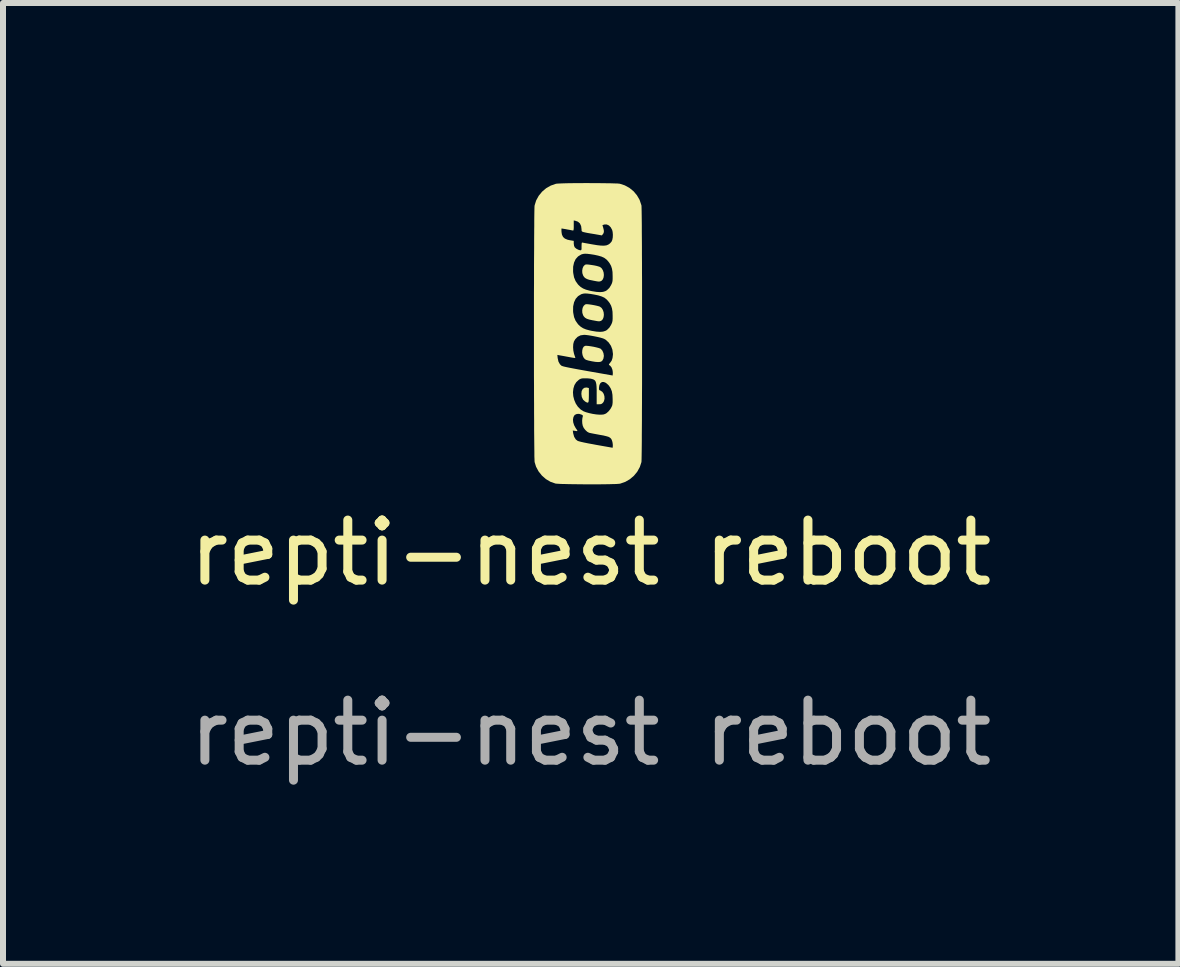
<source format=kicad_pcb>
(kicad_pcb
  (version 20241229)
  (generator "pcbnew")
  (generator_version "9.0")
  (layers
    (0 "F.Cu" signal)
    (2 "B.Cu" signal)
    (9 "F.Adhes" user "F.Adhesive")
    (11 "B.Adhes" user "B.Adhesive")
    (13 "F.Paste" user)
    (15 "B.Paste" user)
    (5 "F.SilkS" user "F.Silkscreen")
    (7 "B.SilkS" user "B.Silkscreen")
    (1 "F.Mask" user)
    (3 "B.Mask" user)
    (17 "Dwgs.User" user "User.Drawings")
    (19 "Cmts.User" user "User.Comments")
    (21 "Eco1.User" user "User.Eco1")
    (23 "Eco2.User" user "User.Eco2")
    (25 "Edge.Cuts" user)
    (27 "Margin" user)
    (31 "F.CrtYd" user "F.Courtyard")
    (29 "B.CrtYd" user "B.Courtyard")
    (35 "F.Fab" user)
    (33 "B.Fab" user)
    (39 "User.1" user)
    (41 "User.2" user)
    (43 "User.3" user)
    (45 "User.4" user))
  (footprint "repti-nest reboot"
    (layer "F.Cu")
    (at 6.792 6.66)
    (property "Reference" "repti-nest reboot" (at 0 -0.5 0) (unlocked yes) (layer "F.SilkS") (effects (font (size 1 1) (thickness 0.15))))
    (attr smd)
    (fp_poly (pts (xy -0.055 -3.251) (xy -0.031 -3.245) (xy -0.031 -3.124) (xy -0.032 -3.07) (xy -0.034 -3.033) (xy -0.038 -3.011) (xy -0.047 -3.002) (xy -0.061 -3.003) (xy -0.081 -3.013) (xy -0.094 -3.021) (xy -0.128 -3.052) (xy -0.149 -3.096) (xy -0.156 -3.148) (xy -0.151 -3.195) (xy -0.133 -3.229) (xy -0.106 -3.249) (xy -0.071 -3.254)) (stroke (width 0) (type solid)) (fill yes) (layer "F.SilkS"))
    (fp_poly (pts (xy -0.037 -3.946) (xy 0.005 -3.94) (xy 0.051 -3.932) (xy 0.095 -3.922) (xy 0.133 -3.912) (xy 0.158 -3.903) (xy 0.165 -3.9) (xy 0.194 -3.868) (xy 0.212 -3.826) (xy 0.219 -3.78) (xy 0.211 -3.735) (xy 0.195 -3.704) (xy 0.179 -3.689) (xy 0.155 -3.68) (xy 0.122 -3.678) (xy 0.077 -3.681) (xy 0.017 -3.691) (xy 0.008 -3.693) (xy -0.039 -3.703) (xy -0.075 -3.714) (xy -0.097 -3.726) (xy -0.098 -3.727) (xy -0.121 -3.756) (xy -0.136 -3.793) (xy -0.143 -3.834) (xy -0.141 -3.874) (xy -0.132 -3.91) (xy -0.115 -3.936) (xy -0.093 -3.948) (xy -0.072 -3.949)) (stroke (width 0) (type solid)) (fill yes) (layer "F.SilkS"))
    (fp_poly (pts (xy -0.028 -5.301) (xy 0.014 -5.295) (xy 0.059 -5.288) (xy 0.101 -5.279) (xy 0.135 -5.269) (xy 0.152 -5.263) (xy 0.181 -5.241) (xy 0.202 -5.208) (xy 0.215 -5.169) (xy 0.219 -5.128) (xy 0.214 -5.088) (xy 0.201 -5.055) (xy 0.179 -5.031) (xy 0.169 -5.027) (xy 0.157 -5.022) (xy 0.146 -5.02) (xy 0.133 -5.019) (xy 0.114 -5.021) (xy 0.085 -5.026) (xy 0.043 -5.034) (xy 0.03 -5.037) (xy -0.025 -5.048) (xy -0.065 -5.062) (xy -0.094 -5.078) (xy -0.114 -5.1) (xy -0.127 -5.121) (xy -0.14 -5.16) (xy -0.142 -5.202) (xy -0.135 -5.242) (xy -0.119 -5.276) (xy -0.096 -5.298) (xy -0.083 -5.303) (xy -0.062 -5.304)) (stroke (width 0) (type solid)) (fill yes) (layer "F.SilkS"))
    (fp_poly (pts (xy -0.028 -4.639) (xy 0.014 -4.633) (xy 0.059 -4.625) (xy 0.101 -4.616) (xy 0.135 -4.607) (xy 0.152 -4.601) (xy 0.181 -4.579) (xy 0.202 -4.546) (xy 0.215 -4.507) (xy 0.219 -4.465) (xy 0.214 -4.426) (xy 0.201 -4.392) (xy 0.179 -4.369) (xy 0.169 -4.364) (xy 0.157 -4.36) (xy 0.146 -4.357) (xy 0.133 -4.357) (xy 0.114 -4.359) (xy 0.085 -4.364) (xy 0.043 -4.372) (xy 0.03 -4.374) (xy -0.025 -4.386) (xy -0.065 -4.399) (xy -0.094 -4.416) (xy -0.114 -4.437) (xy -0.127 -4.458) (xy -0.14 -4.498) (xy -0.142 -4.54) (xy -0.135 -4.58) (xy -0.119 -4.613) (xy -0.096 -4.635) (xy -0.083 -4.641) (xy -0.062 -4.642)) (stroke (width 0) (type solid)) (fill yes) (layer "F.SilkS"))
    (fp_poly (pts (xy 0.018 -6.659) (xy 0.106 -6.659) (xy 0.19 -6.658) (xy 0.268 -6.657) (xy 0.338 -6.656) (xy 0.397 -6.654) (xy 0.443 -6.653) (xy 0.473 -6.65) (xy 0.484 -6.649) (xy 0.567 -6.622) (xy 0.644 -6.58) (xy 0.713 -6.524) (xy 0.77 -6.456) (xy 0.814 -6.38) (xy 0.842 -6.297) (xy 0.845 -6.288) (xy 0.846 -6.273) (xy 0.847 -6.24) (xy 0.848 -6.191) (xy 0.849 -6.126) (xy 0.85 -6.047) (xy 0.851 -5.954) (xy 0.851 -5.849) (xy 0.852 -5.733) (xy 0.853 -5.605) (xy 0.853 -5.469) (xy 0.854 -5.324) (xy 0.854 -5.172) (xy 0.855 -5.014) (xy 0.855 -4.85) (xy 0.855 -4.682) (xy 0.855 -4.511) (xy 0.855 -4.338) (xy 0.855 -4.164) (xy 0.855 -3.99) (xy 0.855 -3.816) (xy 0.855 -3.645) (xy 0.855 -3.477) (xy 0.855 -3.312) (xy 0.854 -3.153) (xy 0.854 -3) (xy 0.853 -2.854) (xy 0.853 -2.716) (xy 0.852 -2.587) (xy 0.851 -2.469) (xy 0.851 -2.362) (xy 0.85 -2.267) (xy 0.849 -2.185) (xy 0.848 -2.118) (xy 0.847 -2.066) (xy 0.846 -2.031) (xy 0.845 -2.013) (xy 0.845 -2.012) (xy 0.818 -1.929) (xy 0.775 -1.851) (xy 0.719 -1.783) (xy 0.652 -1.726) (xy 0.576 -1.682) (xy 0.493 -1.653) (xy 0.484 -1.651) (xy 0.462 -1.649) (xy 0.423 -1.646) (xy 0.371 -1.645) (xy 0.307 -1.643) (xy 0.234 -1.642) (xy 0.153 -1.641) (xy 0.066 -1.641) (xy -0.023 -1.641) (xy -0.112 -1.641) (xy -0.201 -1.642) (xy -0.285 -1.643) (xy -0.364 -1.644) (xy -0.434 -1.646) (xy -0.494 -1.647) (xy -0.542 -1.65) (xy -0.575 -1.652) (xy -0.588 -1.654) (xy -0.671 -1.683) (xy -0.747 -1.728) (xy -0.814 -1.787) (xy -0.869 -1.856) (xy -0.911 -1.934) (xy -0.935 -2.012) (xy -0.936 -2.027) (xy -0.937 -2.06) (xy -0.939 -2.109) (xy -0.939 -2.174) (xy -0.94 -2.253) (xy -0.941 -2.346) (xy -0.942 -2.451) (xy -0.943 -2.537) (xy -0.299 -2.537) (xy -0.292 -2.489) (xy -0.276 -2.432) (xy -0.249 -2.389) (xy -0.22 -2.366) (xy -0.201 -2.359) (xy -0.164 -2.349) (xy -0.111 -2.337) (xy -0.042 -2.323) (xy 0.041 -2.308) (xy 0.087 -2.299) (xy 0.365 -2.25) (xy 0.368 -2.281) (xy 0.367 -2.31) (xy 0.362 -2.343) (xy 0.36 -2.351) (xy 0.351 -2.379) (xy 0.339 -2.401) (xy 0.321 -2.418) (xy 0.296 -2.432) (xy 0.259 -2.443) (xy 0.209 -2.455) (xy 0.151 -2.465) (xy 0.098 -2.475) (xy 0.049 -2.484) (xy 0.009 -2.492) (xy -0.019 -2.498) (xy -0.028 -2.5) (xy -0.059 -2.517) (xy -0.09 -2.546) (xy -0.117 -2.581) (xy -0.133 -2.617) (xy -0.133 -2.617) (xy -0.141 -2.658) (xy -0.143 -2.703) (xy -0.139 -2.744) (xy -0.134 -2.764) (xy -0.13 -2.782) (xy -0.137 -2.793) (xy -0.152 -2.802) (xy -0.193 -2.815) (xy -0.232 -2.813) (xy -0.265 -2.798) (xy -0.27 -2.793) (xy -0.288 -2.762) (xy -0.296 -2.721) (xy -0.292 -2.674) (xy -0.277 -2.626) (xy -0.252 -2.58) (xy -0.251 -2.578) (xy -0.231 -2.55) (xy -0.222 -2.534) (xy -0.225 -2.528) (xy -0.24 -2.528) (xy -0.257 -2.531) (xy -0.299 -2.537) (xy -0.943 -2.537) (xy -0.943 -2.567) (xy -0.943 -2.695) (xy -0.944 -2.831) (xy -0.944 -2.976) (xy -0.945 -3.128) (xy -0.945 -3.175) (xy -0.296 -3.175) (xy -0.291 -3.11) (xy -0.275 -3.047) (xy -0.249 -2.986) (xy -0.213 -2.932) (xy -0.167 -2.887) (xy -0.121 -2.858) (xy -0.079 -2.842) (xy -0.025 -2.827) (xy 0.035 -2.814) (xy 0.095 -2.805) (xy 0.149 -2.801) (xy 0.171 -2.801) (xy 0.21 -2.804) (xy 0.239 -2.813) (xy 0.267 -2.829) (xy 0.268 -2.831) (xy 0.297 -2.857) (xy 0.325 -2.892) (xy 0.336 -2.909) (xy 0.349 -2.934) (xy 0.358 -2.955) (xy 0.362 -2.977) (xy 0.365 -3.007) (xy 0.365 -3.049) (xy 0.365 -3.059) (xy 0.362 -3.131) (xy 0.352 -3.19) (xy 0.333 -3.238) (xy 0.305 -3.282) (xy 0.29 -3.299) (xy 0.253 -3.331) (xy 0.218 -3.346) (xy 0.187 -3.345) (xy 0.162 -3.328) (xy 0.145 -3.296) (xy 0.139 -3.263) (xy 0.137 -3.234) (xy 0.139 -3.217) (xy 0.148 -3.208) (xy 0.163 -3.202) (xy 0.194 -3.181) (xy 0.216 -3.148) (xy 0.228 -3.108) (xy 0.23 -3.066) (xy 0.22 -3.026) (xy 0.206 -3.003) (xy 0.186 -2.984) (xy 0.165 -2.976) (xy 0.14 -2.975) (xy 0.099 -2.975) (xy 0.099 -3.143) (xy 0.099 -3.214) (xy 0.097 -3.269) (xy 0.093 -3.31) (xy 0.086 -3.34) (xy 0.077 -3.362) (xy 0.063 -3.377) (xy 0.045 -3.388) (xy 0.037 -3.391) (xy 0.002 -3.401) (xy -0.048 -3.406) (xy -0.079 -3.407) (xy -0.119 -3.407) (xy -0.147 -3.405) (xy -0.168 -3.399) (xy -0.188 -3.389) (xy -0.197 -3.383) (xy -0.24 -3.344) (xy -0.271 -3.295) (xy -0.289 -3.237) (xy -0.296 -3.175) (xy -0.945 -3.175) (xy -0.945 -3.286) (xy -0.946 -3.45) (xy -0.946 -3.618) (xy -0.946 -3.789) (xy -0.946 -3.797) (xy -0.556 -3.797) (xy -0.551 -3.745) (xy -0.538 -3.686) (xy -0.513 -3.641) (xy -0.488 -3.617) (xy -0.476 -3.612) (xy -0.451 -3.604) (xy -0.412 -3.595) (xy -0.359 -3.584) (xy -0.291 -3.571) (xy -0.206 -3.555) (xy -0.105 -3.537) (xy -0.05 -3.527) (xy 0.365 -3.454) (xy 0.368 -3.484) (xy 0.367 -3.513) (xy 0.362 -3.547) (xy 0.36 -3.553) (xy 0.345 -3.591) (xy 0.323 -3.618) (xy 0.305 -3.629) (xy 0.303 -3.638) (xy 0.315 -3.656) (xy 0.322 -3.664) (xy 0.348 -3.7) (xy 0.363 -3.745) (xy 0.37 -3.802) (xy 0.37 -3.816) (xy 0.361 -3.884) (xy 0.337 -3.948) (xy 0.299 -4.004) (xy 0.25 -4.049) (xy 0.222 -4.065) (xy 0.198 -4.074) (xy 0.16 -4.085) (xy 0.113 -4.096) (xy 0.06 -4.107) (xy 0.006 -4.117) (xy -0.044 -4.125) (xy -0.086 -4.13) (xy -0.112 -4.131) (xy -0.17 -4.123) (xy -0.219 -4.098) (xy -0.258 -4.058) (xy -0.28 -4.02) (xy -0.291 -3.978) (xy -0.294 -3.925) (xy -0.29 -3.87) (xy -0.279 -3.818) (xy -0.274 -3.802) (xy -0.264 -3.773) (xy -0.258 -3.753) (xy -0.257 -3.745) (xy -0.266 -3.746) (xy -0.291 -3.749) (xy -0.327 -3.755) (xy -0.37 -3.763) (xy -0.376 -3.764) (xy -0.424 -3.773) (xy -0.468 -3.781) (xy -0.503 -3.787) (xy -0.525 -3.791) (xy -0.525 -3.791) (xy -0.556 -3.797) (xy -0.946 -3.797) (xy -0.946 -3.962) (xy -0.946 -4.136) (xy -0.946 -4.31) (xy -0.946 -4.484) (xy -0.946 -4.527) (xy -0.294 -4.527) (xy -0.292 -4.501) (xy -0.278 -4.427) (xy -0.252 -4.365) (xy -0.213 -4.31) (xy -0.205 -4.301) (xy -0.169 -4.268) (xy -0.128 -4.242) (xy -0.08 -4.222) (xy -0.018 -4.205) (xy 0.02 -4.197) (xy 0.095 -4.185) (xy 0.155 -4.181) (xy 0.204 -4.185) (xy 0.243 -4.197) (xy 0.269 -4.211) (xy 0.31 -4.251) (xy 0.337 -4.294) (xy 0.35 -4.321) (xy 0.358 -4.343) (xy 0.363 -4.368) (xy 0.365 -4.4) (xy 0.365 -4.444) (xy 0.365 -4.448) (xy 0.363 -4.516) (xy 0.354 -4.571) (xy 0.339 -4.618) (xy 0.315 -4.661) (xy 0.297 -4.685) (xy 0.265 -4.721) (xy 0.228 -4.75) (xy 0.182 -4.771) (xy 0.124 -4.789) (xy 0.06 -4.802) (xy -0.004 -4.813) (xy -0.054 -4.819) (xy -0.093 -4.821) (xy -0.123 -4.818) (xy -0.15 -4.811) (xy -0.16 -4.807) (xy -0.211 -4.776) (xy -0.251 -4.731) (xy -0.278 -4.674) (xy -0.293 -4.605) (xy -0.294 -4.527) (xy -0.946 -4.527) (xy -0.946 -4.655) (xy -0.946 -4.823) (xy -0.945 -4.988) (xy -0.945 -5.147) (xy -0.945 -5.189) (xy -0.294 -5.189) (xy -0.292 -5.163) (xy -0.278 -5.089) (xy -0.252 -5.027) (xy -0.213 -4.972) (xy -0.205 -4.963) (xy -0.169 -4.93) (xy -0.128 -4.904) (xy -0.08 -4.884) (xy -0.018 -4.867) (xy 0.02 -4.859) (xy 0.095 -4.847) (xy 0.155 -4.843) (xy 0.204 -4.847) (xy 0.243 -4.859) (xy 0.269 -4.874) (xy 0.31 -4.913) (xy 0.337 -4.957) (xy 0.35 -4.983) (xy 0.358 -5.006) (xy 0.363 -5.03) (xy 0.365 -5.062) (xy 0.365 -5.106) (xy 0.365 -5.11) (xy 0.363 -5.178) (xy 0.354 -5.233) (xy 0.339 -5.28) (xy 0.315 -5.323) (xy 0.297 -5.348) (xy 0.265 -5.384) (xy 0.228 -5.412) (xy 0.182 -5.434) (xy 0.124 -5.451) (xy 0.06 -5.465) (xy -0.004 -5.475) (xy -0.054 -5.481) (xy -0.093 -5.483) (xy -0.123 -5.48) (xy -0.15 -5.473) (xy -0.16 -5.469) (xy -0.211 -5.438) (xy -0.251 -5.394) (xy -0.278 -5.336) (xy -0.293 -5.268) (xy -0.294 -5.189) (xy -0.945 -5.189) (xy -0.945 -5.3) (xy -0.944 -5.446) (xy -0.943 -5.584) (xy -0.943 -5.713) (xy -0.942 -5.831) (xy -0.942 -5.875) (xy -0.488 -5.875) (xy -0.487 -5.847) (xy -0.483 -5.819) (xy -0.479 -5.799) (xy -0.461 -5.762) (xy -0.431 -5.735) (xy -0.386 -5.716) (xy -0.349 -5.708) (xy -0.283 -5.697) (xy -0.283 -5.653) (xy -0.278 -5.616) (xy -0.267 -5.59) (xy -0.241 -5.567) (xy -0.207 -5.549) (xy -0.176 -5.54) (xy -0.174 -5.54) (xy -0.163 -5.541) (xy -0.156 -5.548) (xy -0.153 -5.563) (xy -0.153 -5.592) (xy -0.153 -5.606) (xy -0.152 -5.641) (xy -0.15 -5.66) (xy -0.146 -5.668) (xy -0.137 -5.669) (xy -0.132 -5.667) (xy -0.115 -5.664) (xy -0.084 -5.658) (xy -0.043 -5.651) (xy 0.006 -5.642) (xy 0.029 -5.638) (xy 0.108 -5.625) (xy 0.171 -5.618) (xy 0.221 -5.617) (xy 0.261 -5.622) (xy 0.293 -5.635) (xy 0.32 -5.654) (xy 0.344 -5.681) (xy 0.346 -5.683) (xy 0.359 -5.713) (xy 0.367 -5.754) (xy 0.369 -5.8) (xy 0.365 -5.846) (xy 0.357 -5.879) (xy 0.333 -5.923) (xy 0.303 -5.954) (xy 0.267 -5.97) (xy 0.23 -5.97) (xy 0.222 -5.968) (xy 0.195 -5.959) (xy 0.208 -5.916) (xy 0.218 -5.874) (xy 0.219 -5.845) (xy 0.211 -5.821) (xy 0.203 -5.81) (xy 0.186 -5.788) (xy 0.061 -5.81) (xy -0.007 -5.821) (xy -0.059 -5.83) (xy -0.097 -5.838) (xy -0.123 -5.844) (xy -0.139 -5.85) (xy -0.148 -5.857) (xy -0.152 -5.865) (xy -0.153 -5.876) (xy -0.153 -5.888) (xy -0.16 -5.944) (xy -0.18 -5.987) (xy -0.213 -6.016) (xy -0.253 -6.031) (xy -0.283 -6.037) (xy -0.283 -5.951) (xy -0.283 -5.911) (xy -0.285 -5.886) (xy -0.288 -5.874) (xy -0.293 -5.869) (xy -0.303 -5.87) (xy -0.304 -5.871) (xy -0.322 -5.874) (xy -0.351 -5.88) (xy -0.386 -5.886) (xy -0.421 -5.893) (xy -0.453 -5.898) (xy -0.476 -5.902) (xy -0.485 -5.904) (xy -0.488 -5.895) (xy -0.488 -5.875) (xy -0.942 -5.875) (xy -0.941 -5.938) (xy -0.941 -6.033) (xy -0.94 -6.115) (xy -0.939 -6.182) (xy -0.938 -6.234) (xy -0.937 -6.269) (xy -0.935 -6.287) (xy -0.935 -6.288) (xy -0.909 -6.371) (xy -0.866 -6.449) (xy -0.81 -6.517) (xy -0.743 -6.574) (xy -0.666 -6.618) (xy -0.583 -6.647) (xy -0.574 -6.649) (xy -0.553 -6.651) (xy -0.515 -6.653) (xy -0.464 -6.655) (xy -0.4 -6.657) (xy -0.327 -6.658) (xy -0.246 -6.659) (xy -0.16 -6.659) (xy -0.071 -6.66)) (stroke (width 0) (type solid)) (fill yes) (layer "F.SilkS"))
    (fp_text user "${REFERENCE}" (at 0 2.5 0) (unlocked yes) (layer "F.Fab") (effects (font (size 1 1) (thickness 0.15)))))
  (gr_rect
    (start -3 -3)
    (end 16.583 13.008)
    (stroke (width 0.1) (type default))
    (fill no)
    (layer "Edge.Cuts")))
</source>
